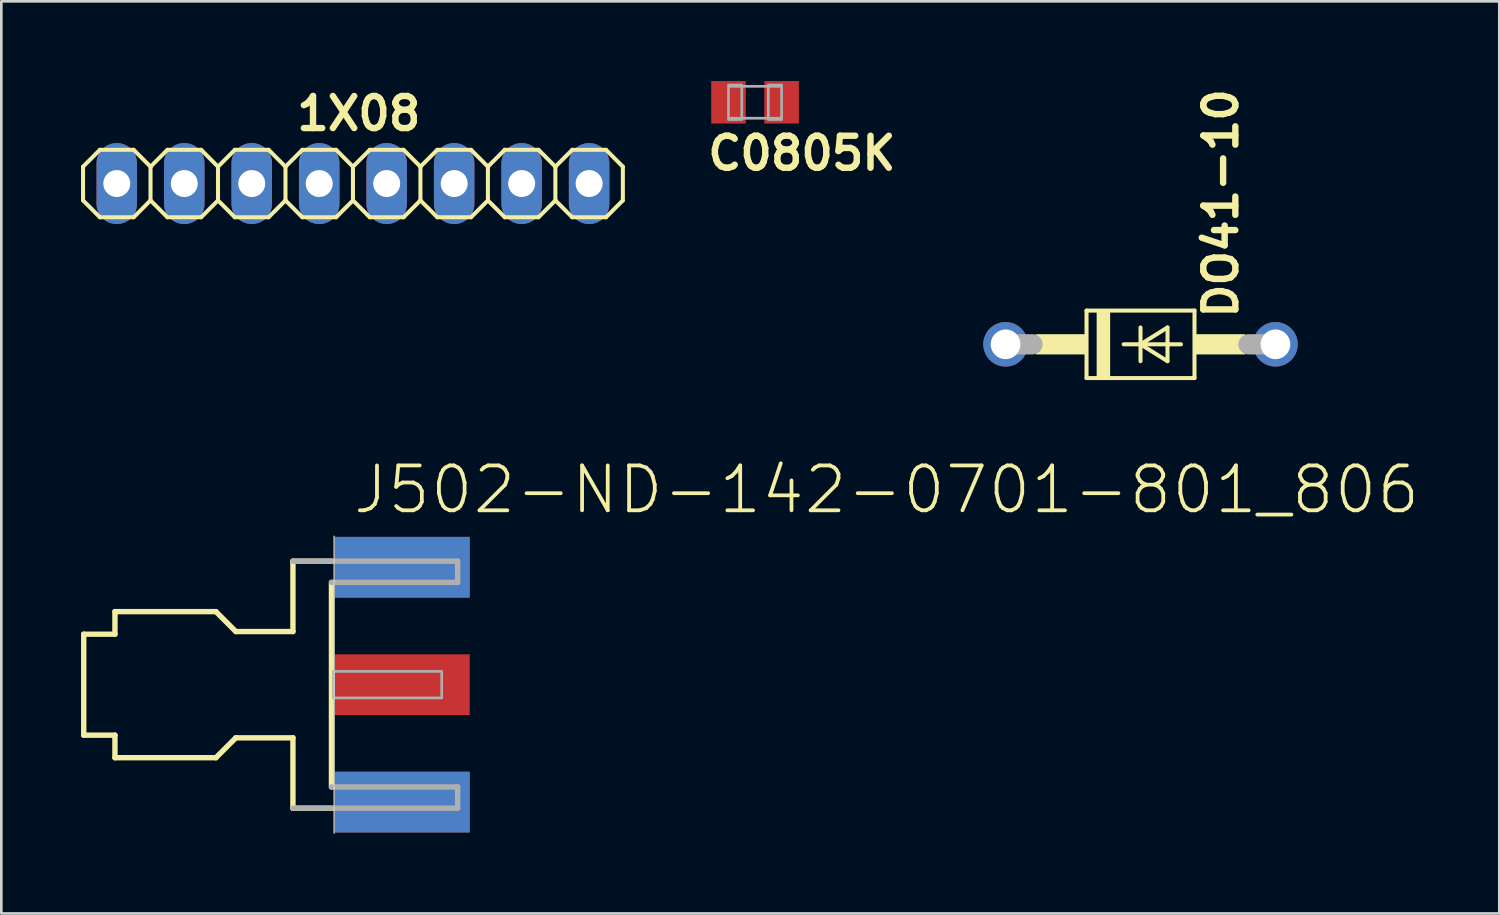
<source format=kicad_pcb>
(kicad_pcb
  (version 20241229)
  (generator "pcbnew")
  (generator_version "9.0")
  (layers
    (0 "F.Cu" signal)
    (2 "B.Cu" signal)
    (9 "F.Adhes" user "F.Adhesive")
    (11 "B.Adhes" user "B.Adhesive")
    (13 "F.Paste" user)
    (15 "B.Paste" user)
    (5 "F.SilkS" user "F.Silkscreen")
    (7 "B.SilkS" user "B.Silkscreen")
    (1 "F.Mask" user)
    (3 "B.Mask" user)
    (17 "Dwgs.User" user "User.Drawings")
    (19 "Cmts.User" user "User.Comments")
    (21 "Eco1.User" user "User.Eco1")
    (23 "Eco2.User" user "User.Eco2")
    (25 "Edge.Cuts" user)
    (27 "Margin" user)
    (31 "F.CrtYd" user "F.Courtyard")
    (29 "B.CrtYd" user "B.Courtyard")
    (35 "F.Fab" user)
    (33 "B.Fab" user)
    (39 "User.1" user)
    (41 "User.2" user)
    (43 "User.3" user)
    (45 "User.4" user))
  (footprint "C0805K"
    (layer "F.Cu")
    (at 25.372 0.8)
    (property "Reference" "C0805K" (at -1.9 2.625 180) (layer "F.SilkS") (effects (font (size 1.206 1.206) (thickness 0.241)) (justify left bottom)))
    (attr through_hole)
    (fp_line (start -0.925 -0.6) (end 0.925 -0.6) (stroke (width 0.102) (type solid)) (layer "F.Fab"))
    (fp_line (start 0.925 0.6) (end -0.925 0.6) (stroke (width 0.102) (type solid)) (layer "F.Fab"))
    (fp_poly (pts (xy -1 0.65) (xy -0.5 0.65) (xy -0.5 -0.65) (xy -1 -0.65)) (stroke (width 0.1) (type solid)) (fill no) (layer "F.Fab"))
    (fp_poly (pts (xy 0.5 0.65) (xy 1 0.65) (xy 1 -0.65) (xy 0.5 -0.65)) (stroke (width 0.1) (type solid)) (fill no) (layer "F.Fab"))
    (pad "1" smd rect (at -1 0) (size 1.3 1.6) (layers "F.Cu" "F.Mask" "F.Paste"))
    (pad "2" smd rect (at 1 0) (size 1.3 1.6) (layers "F.Cu" "F.Mask" "F.Paste")))
  (footprint "1X08"
    (layer "F.Cu")
    (at 10.236 3.859)
    (property "Reference" "1X08" (at -2.236 -1.929 0) (layer "F.SilkS") (effects (font (size 1.206 1.206) (thickness 0.241)) (justify left bottom)))
    (attr through_hole)
    (fp_line (start -10.16 -0.635) (end -10.16 0.635) (stroke (width 0.152) (type solid)) (layer "F.SilkS"))
    (fp_line (start -10.16 0.635) (end -9.525 1.27) (stroke (width 0.152) (type solid)) (layer "F.SilkS"))
    (fp_line (start -9.525 -1.27) (end -10.16 -0.635) (stroke (width 0.152) (type solid)) (layer "F.SilkS"))
    (fp_line (start -9.525 -1.27) (end -8.255 -1.27) (stroke (width 0.152) (type solid)) (layer "F.SilkS"))
    (fp_line (start -8.255 -1.27) (end -7.62 -0.635) (stroke (width 0.152) (type solid)) (layer "F.SilkS"))
    (fp_line (start -8.255 1.27) (end -9.525 1.27) (stroke (width 0.152) (type solid)) (layer "F.SilkS"))
    (fp_line (start -7.62 -0.635) (end -7.62 0.635) (stroke (width 0.152) (type solid)) (layer "F.SilkS"))
    (fp_line (start -7.62 -0.635) (end -6.985 -1.27) (stroke (width 0.152) (type solid)) (layer "F.SilkS"))
    (fp_line (start -7.62 0.635) (end -8.255 1.27) (stroke (width 0.152) (type solid)) (layer "F.SilkS"))
    (fp_line (start -6.985 -1.27) (end -5.715 -1.27) (stroke (width 0.152) (type solid)) (layer "F.SilkS"))
    (fp_line (start -6.985 1.27) (end -7.62 0.635) (stroke (width 0.152) (type solid)) (layer "F.SilkS"))
    (fp_line (start -5.715 -1.27) (end -5.08 -0.635) (stroke (width 0.152) (type solid)) (layer "F.SilkS"))
    (fp_line (start -5.715 1.27) (end -6.985 1.27) (stroke (width 0.152) (type solid)) (layer "F.SilkS"))
    (fp_line (start -5.08 -0.635) (end -5.08 0.635) (stroke (width 0.152) (type solid)) (layer "F.SilkS"))
    (fp_line (start -5.08 -0.635) (end -4.445 -1.27) (stroke (width 0.152) (type solid)) (layer "F.SilkS"))
    (fp_line (start -5.08 0.635) (end -5.715 1.27) (stroke (width 0.152) (type solid)) (layer "F.SilkS"))
    (fp_line (start -4.445 -1.27) (end -3.175 -1.27) (stroke (width 0.152) (type solid)) (layer "F.SilkS"))
    (fp_line (start -4.445 1.27) (end -5.08 0.635) (stroke (width 0.152) (type solid)) (layer "F.SilkS"))
    (fp_line (start -3.175 -1.27) (end -2.54 -0.635) (stroke (width 0.152) (type solid)) (layer "F.SilkS"))
    (fp_line (start -3.175 1.27) (end -4.445 1.27) (stroke (width 0.152) (type solid)) (layer "F.SilkS"))
    (fp_line (start -2.54 -0.635) (end -2.54 0.635) (stroke (width 0.152) (type solid)) (layer "F.SilkS"))
    (fp_line (start -2.54 0.635) (end -3.175 1.27) (stroke (width 0.152) (type solid)) (layer "F.SilkS"))
    (fp_line (start -2.54 0.635) (end -1.905 1.27) (stroke (width 0.152) (type solid)) (layer "F.SilkS"))
    (fp_line (start -1.905 -1.27) (end -2.54 -0.635) (stroke (width 0.152) (type solid)) (layer "F.SilkS"))
    (fp_line (start -1.905 -1.27) (end -0.635 -1.27) (stroke (width 0.152) (type solid)) (layer "F.SilkS"))
    (fp_line (start -0.635 -1.27) (end 0 -0.635) (stroke (width 0.152) (type solid)) (layer "F.SilkS"))
    (fp_line (start -0.635 1.27) (end -1.905 1.27) (stroke (width 0.152) (type solid)) (layer "F.SilkS"))
    (fp_line (start 0 -0.635) (end 0 0.635) (stroke (width 0.152) (type solid)) (layer "F.SilkS"))
    (fp_line (start 0 -0.635) (end 0.635 -1.27) (stroke (width 0.152) (type solid)) (layer "F.SilkS"))
    (fp_line (start 0 0.635) (end -0.635 1.27) (stroke (width 0.152) (type solid)) (layer "F.SilkS"))
    (fp_line (start 0.635 -1.27) (end 1.905 -1.27) (stroke (width 0.152) (type solid)) (layer "F.SilkS"))
    (fp_line (start 0.635 1.27) (end 0 0.635) (stroke (width 0.152) (type solid)) (layer "F.SilkS"))
    (fp_line (start 1.905 -1.27) (end 2.54 -0.635) (stroke (width 0.152) (type solid)) (layer "F.SilkS"))
    (fp_line (start 1.905 1.27) (end 0.635 1.27) (stroke (width 0.152) (type solid)) (layer "F.SilkS"))
    (fp_line (start 2.54 -0.635) (end 2.54 0.635) (stroke (width 0.152) (type solid)) (layer "F.SilkS"))
    (fp_line (start 2.54 -0.635) (end 3.175 -1.27) (stroke (width 0.152) (type solid)) (layer "F.SilkS"))
    (fp_line (start 2.54 0.635) (end 1.905 1.27) (stroke (width 0.152) (type solid)) (layer "F.SilkS"))
    (fp_line (start 3.175 -1.27) (end 4.445 -1.27) (stroke (width 0.152) (type solid)) (layer "F.SilkS"))
    (fp_line (start 3.175 1.27) (end 2.54 0.635) (stroke (width 0.152) (type solid)) (layer "F.SilkS"))
    (fp_line (start 4.445 -1.27) (end 5.08 -0.635) (stroke (width 0.152) (type solid)) (layer "F.SilkS"))
    (fp_line (start 4.445 1.27) (end 3.175 1.27) (stroke (width 0.152) (type solid)) (layer "F.SilkS"))
    (fp_line (start 5.08 -0.635) (end 5.08 0.635) (stroke (width 0.152) (type solid)) (layer "F.SilkS"))
    (fp_line (start 5.08 0.635) (end 4.445 1.27) (stroke (width 0.152) (type solid)) (layer "F.SilkS"))
    (fp_line (start 5.08 0.635) (end 5.715 1.27) (stroke (width 0.152) (type solid)) (layer "F.SilkS"))
    (fp_line (start 5.715 -1.27) (end 5.08 -0.635) (stroke (width 0.152) (type solid)) (layer "F.SilkS"))
    (fp_line (start 5.715 -1.27) (end 6.985 -1.27) (stroke (width 0.152) (type solid)) (layer "F.SilkS"))
    (fp_line (start 6.985 -1.27) (end 7.62 -0.635) (stroke (width 0.152) (type solid)) (layer "F.SilkS"))
    (fp_line (start 6.985 1.27) (end 5.715 1.27) (stroke (width 0.152) (type solid)) (layer "F.SilkS"))
    (fp_line (start 7.62 -0.635) (end 7.62 0.635) (stroke (width 0.152) (type solid)) (layer "F.SilkS"))
    (fp_line (start 7.62 0.635) (end 6.985 1.27) (stroke (width 0.152) (type solid)) (layer "F.SilkS"))
    (fp_line (start 7.62 0.635) (end 8.255 1.27) (stroke (width 0.152) (type solid)) (layer "F.SilkS"))
    (fp_line (start 8.255 -1.27) (end 7.62 -0.635) (stroke (width 0.152) (type solid)) (layer "F.SilkS"))
    (fp_line (start 8.255 -1.27) (end 9.525 -1.27) (stroke (width 0.152) (type solid)) (layer "F.SilkS"))
    (fp_line (start 9.525 -1.27) (end 10.16 -0.635) (stroke (width 0.152) (type solid)) (layer "F.SilkS"))
    (fp_line (start 9.525 1.27) (end 8.255 1.27) (stroke (width 0.152) (type solid)) (layer "F.SilkS"))
    (fp_line (start 10.16 -0.635) (end 10.16 0.635) (stroke (width 0.152) (type solid)) (layer "F.SilkS"))
    (fp_line (start 10.16 0.635) (end 9.525 1.27) (stroke (width 0.152) (type solid)) (layer "F.SilkS"))
    (fp_poly (pts (xy -9.144 0.254) (xy -8.636 0.254) (xy -8.636 -0.254) (xy -9.144 -0.254)) (stroke (width 0.1) (type solid)) (fill no) (layer "F.Fab"))
    (fp_poly (pts (xy -6.604 0.254) (xy -6.096 0.254) (xy -6.096 -0.254) (xy -6.604 -0.254)) (stroke (width 0.1) (type solid)) (fill no) (layer "F.Fab"))
    (fp_poly (pts (xy -4.064 0.254) (xy -3.556 0.254) (xy -3.556 -0.254) (xy -4.064 -0.254)) (stroke (width 0.1) (type solid)) (fill no) (layer "F.Fab"))
    (fp_poly (pts (xy -1.524 0.254) (xy -1.016 0.254) (xy -1.016 -0.254) (xy -1.524 -0.254)) (stroke (width 0.1) (type solid)) (fill no) (layer "F.Fab"))
    (fp_poly (pts (xy 1.016 0.254) (xy 1.524 0.254) (xy 1.524 -0.254) (xy 1.016 -0.254)) (stroke (width 0.1) (type solid)) (fill no) (layer "F.Fab"))
    (fp_poly (pts (xy 3.556 0.254) (xy 4.064 0.254) (xy 4.064 -0.254) (xy 3.556 -0.254)) (stroke (width 0.1) (type solid)) (fill no) (layer "F.Fab"))
    (fp_poly (pts (xy 6.096 0.254) (xy 6.604 0.254) (xy 6.604 -0.254) (xy 6.096 -0.254)) (stroke (width 0.1) (type solid)) (fill no) (layer "F.Fab"))
    (fp_poly (pts (xy 8.636 0.254) (xy 9.144 0.254) (xy 9.144 -0.254) (xy 8.636 -0.254)) (stroke (width 0.1) (type solid)) (fill no) (layer "F.Fab"))
    (pad "1" thru_hole oval (at -8.89 0 90) (size 3.048 1.524) (drill 1.016) (layers "*.Cu" "*.Mask"))
    (pad "2" thru_hole oval (at -6.35 0 90) (size 3.048 1.524) (drill 1.016) (layers "*.Cu" "*.Mask"))
    (pad "3" thru_hole oval (at -3.81 0 90) (size 3.048 1.524) (drill 1.016) (layers "*.Cu" "*.Mask"))
    (pad "4" thru_hole oval (at -1.27 0 90) (size 3.048 1.524) (drill 1.016) (layers "*.Cu" "*.Mask"))
    (pad "5" thru_hole oval (at 1.27 0 90) (size 3.048 1.524) (drill 1.016) (layers "*.Cu" "*.Mask"))
    (pad "6" thru_hole oval (at 3.81 0 90) (size 3.048 1.524) (drill 1.016) (layers "*.Cu" "*.Mask"))
    (pad "7" thru_hole oval (at 6.35 0 90) (size 3.048 1.524) (drill 1.016) (layers "*.Cu" "*.Mask"))
    (pad "8" thru_hole oval (at 8.89 0 90) (size 3.048 1.524) (drill 1.016) (layers "*.Cu" "*.Mask")))
  (footprint "J502-ND-142-0701-801_806"
    (layer "F.Cu")
    (at 9.527 22.723)
    (property "Reference" "J502-ND-142-0701-801_806" (at 0.635 -6.35 0) (layer "F.SilkS") (effects (font (size 1.689 1.689) (thickness 0.142)) (justify left bottom)))
    (attr through_hole)
    (fp_line (start -9.425 -1.9) (end -8.25 -1.9) (stroke (width 0.203) (type solid)) (layer "F.SilkS"))
    (fp_line (start -9.425 1.9) (end -9.425 -1.9) (stroke (width 0.203) (type solid)) (layer "F.SilkS"))
    (fp_line (start -8.25 -2.75) (end -4.45 -2.75) (stroke (width 0.203) (type solid)) (layer "F.SilkS"))
    (fp_line (start -8.25 -1.9) (end -8.25 -2.75) (stroke (width 0.203) (type solid)) (layer "F.SilkS"))
    (fp_line (start -8.25 1.9) (end -9.425 1.9) (stroke (width 0.203) (type solid)) (layer "F.SilkS"))
    (fp_line (start -8.25 2.75) (end -8.25 1.9) (stroke (width 0.203) (type solid)) (layer "F.SilkS"))
    (fp_line (start -4.45 -2.75) (end -3.7 -2) (stroke (width 0.203) (type solid)) (layer "F.SilkS"))
    (fp_line (start -4.45 2.75) (end -8.25 2.75) (stroke (width 0.203) (type solid)) (layer "F.SilkS"))
    (fp_line (start -3.7 -2) (end -1.55 -2) (stroke (width 0.203) (type solid)) (layer "F.SilkS"))
    (fp_line (start -3.7 2) (end -4.45 2.75) (stroke (width 0.203) (type solid)) (layer "F.SilkS"))
    (fp_line (start -1.55 -4.65) (end -0.1 -4.65) (stroke (width 0.203) (type solid)) (layer "F.SilkS"))
    (fp_line (start -1.55 -2) (end -1.55 -4.65) (stroke (width 0.203) (type solid)) (layer "F.SilkS"))
    (fp_line (start -1.55 2) (end -3.7 2) (stroke (width 0.203) (type solid)) (layer "F.SilkS"))
    (fp_line (start -1.55 4.65) (end -1.55 2) (stroke (width 0.203) (type solid)) (layer "F.SilkS"))
    (fp_line (start -0.1 3.85) (end -0.1 -3.85) (stroke (width 0.203) (type solid)) (layer "F.SilkS"))
    (fp_line (start -0.1 4.65) (end -1.55 4.65) (stroke (width 0.203) (type solid)) (layer "F.SilkS"))
    (fp_line (start 0 -5.588) (end 0 5.588) (stroke (width 0.05) (type solid)) (layer "Edge.Cuts"))
    (fp_line (start -1.55 -4.65) (end 4.65 -4.65) (stroke (width 0.203) (type solid)) (layer "F.Fab"))
    (fp_line (start -0.1 -3.85) (end 4.65 -3.85) (stroke (width 0.203) (type solid)) (layer "F.Fab"))
    (fp_line (start 4.65 -3.85) (end 4.65 -4.65) (stroke (width 0.203) (type solid)) (layer "F.Fab"))
    (fp_line (start 4.65 3.85) (end -0.1 3.85) (stroke (width 0.203) (type solid)) (layer "F.Fab"))
    (fp_line (start 4.65 4.65) (end -1.55 4.65) (stroke (width 0.203) (type solid)) (layer "F.Fab"))
    (fp_line (start 4.65 4.65) (end 4.65 3.85) (stroke (width 0.203) (type solid)) (layer "F.Fab"))
    (fp_poly (pts (xy -0.025 0.5) (xy 4.05 0.5) (xy 4.05 -0.5) (xy -0.025 -0.5)) (stroke (width 0.1) (type solid)) (fill no) (layer "F.Fab"))
    (pad "1" smd rect (at 2.565 0) (size 5.08 2.286) (layers "F.Cu" "F.Mask" "F.Paste"))
    (pad "G@1" smd rect (at 2.565 -4.42) (size 5.08 2.286) (layers "F.Cu" "F.Mask" "F.Paste"))
    (pad "G@2" smd rect (at 2.565 4.42) (size 5.08 2.286) (layers "F.Cu" "F.Mask" "F.Paste"))
    (pad "G@3" smd rect (at 2.565 -4.42) (size 5.08 2.286) (layers "B.Cu" "B.Mask" "B.Paste"))
    (pad "G@4" smd rect (at 2.565 4.42) (size 5.08 2.286) (layers "B.Cu" "B.Mask" "B.Paste")))
  (footprint "DO41-10"
    (layer "F.Cu")
    (at 39.882 9.911)
    (property "Reference" "DO41-10" (at 3.729 -0.868 90) (layer "F.SilkS") (effects (font (size 1.206 1.206) (thickness 0.241)) (justify left bottom)))
    (attr through_hole)
    (fp_line (start -2.032 -1.27) (end -2.032 1.27) (stroke (width 0.152) (type solid)) (layer "F.SilkS"))
    (fp_line (start -2.032 -1.27) (end 2.032 -1.27) (stroke (width 0.152) (type solid)) (layer "F.SilkS"))
    (fp_line (start -0.635 0) (end 0 0) (stroke (width 0.152) (type solid)) (layer "F.SilkS"))
    (fp_line (start 0 -0.635) (end 0 0) (stroke (width 0.152) (type solid)) (layer "F.SilkS"))
    (fp_line (start 0 0) (end 0 0.635) (stroke (width 0.152) (type solid)) (layer "F.SilkS"))
    (fp_line (start 0 0) (end 1.016 -0.635) (stroke (width 0.152) (type solid)) (layer "F.SilkS"))
    (fp_line (start 0 0) (end 1.524 0) (stroke (width 0.152) (type solid)) (layer "F.SilkS"))
    (fp_line (start 1.016 -0.635) (end 1.016 0.635) (stroke (width 0.152) (type solid)) (layer "F.SilkS"))
    (fp_line (start 1.016 0.635) (end 0 0) (stroke (width 0.152) (type solid)) (layer "F.SilkS"))
    (fp_line (start 2.032 1.27) (end -2.032 1.27) (stroke (width 0.152) (type solid)) (layer "F.SilkS"))
    (fp_line (start 2.032 1.27) (end 2.032 -1.27) (stroke (width 0.152) (type solid)) (layer "F.SilkS"))
    (fp_poly (pts (xy -3.937 0.381) (xy -2.032 0.381) (xy -2.032 -0.381) (xy -3.937 -0.381)) (stroke (width 0) (type solid)) (fill yes) (layer "F.SilkS"))
    (fp_poly (pts (xy -1.651 1.27) (xy -1.143 1.27) (xy -1.143 -1.27) (xy -1.651 -1.27)) (stroke (width 0) (type solid)) (fill yes) (layer "F.SilkS"))
    (fp_poly (pts (xy 2.032 0.381) (xy 3.937 0.381) (xy 3.937 -0.381) (xy 2.032 -0.381)) (stroke (width 0) (type solid)) (fill yes) (layer "F.SilkS"))
    (fp_line (start -5.08 0) (end -4.064 0) (stroke (width 0.762) (type solid)) (layer "F.Fab"))
    (fp_line (start 5.08 0) (end 4.064 0) (stroke (width 0.762) (type solid)) (layer "F.Fab"))
    (pad "A" thru_hole circle (at 5.08 0) (size 1.676 1.676) (drill 1.118) (layers "*.Cu" "*.Mask"))
    (pad "C" thru_hole circle (at -5.08 0) (size 1.676 1.676) (drill 1.118) (layers "*.Cu" "*.Mask")))
  (gr_rect
    (start -3 -3)
    (end 53.387 31.336)
    (stroke (width 0.1) (type default))
    (fill no)
    (layer "Edge.Cuts")))
</source>
